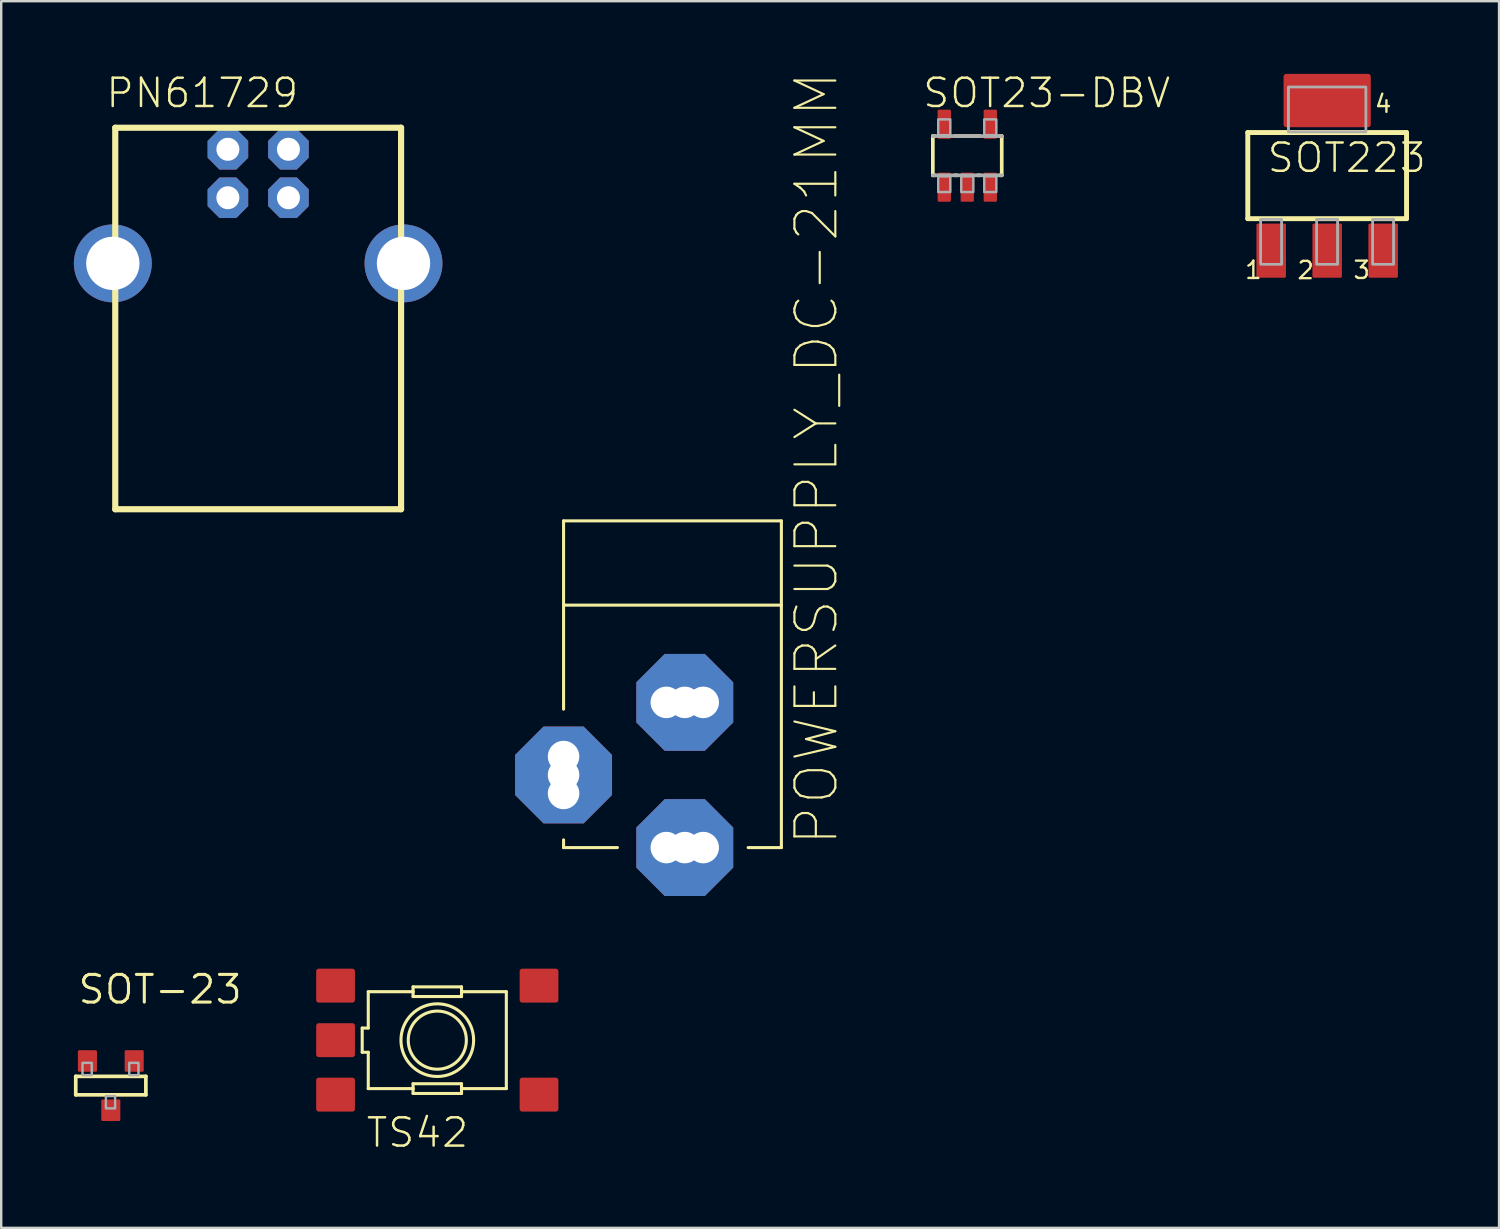
<source format=kicad_pcb>
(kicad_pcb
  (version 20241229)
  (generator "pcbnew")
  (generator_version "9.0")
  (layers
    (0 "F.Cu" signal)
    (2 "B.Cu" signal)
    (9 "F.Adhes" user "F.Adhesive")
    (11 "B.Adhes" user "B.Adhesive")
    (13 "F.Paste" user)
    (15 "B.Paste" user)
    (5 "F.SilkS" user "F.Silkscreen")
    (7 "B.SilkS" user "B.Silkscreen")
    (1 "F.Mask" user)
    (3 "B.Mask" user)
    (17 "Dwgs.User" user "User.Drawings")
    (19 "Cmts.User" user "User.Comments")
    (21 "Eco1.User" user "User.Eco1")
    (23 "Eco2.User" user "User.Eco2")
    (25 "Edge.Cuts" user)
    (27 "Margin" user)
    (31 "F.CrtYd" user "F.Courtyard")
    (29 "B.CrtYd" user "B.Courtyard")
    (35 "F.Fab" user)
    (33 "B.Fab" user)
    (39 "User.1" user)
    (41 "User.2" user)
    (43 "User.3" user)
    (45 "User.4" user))
  (footprint "SOT23-DBV"
    (layer "F.Cu")
    (at 36.883 3.378)
    (property "Reference" "SOT23-DBV" (at -1.905 -1.905 0) (layer "F.SilkS") (effects (font (size 1.168 1.168) (thickness 0.102)) (justify left bottom)))
    (fp_line (start -1.422 -0.81) (end -1.328 -0.81) (stroke (width 0.152) (type solid)) (layer "F.SilkS"))
    (fp_line (start -1.422 0.81) (end -1.422 -0.81) (stroke (width 0.152) (type solid)) (layer "F.SilkS"))
    (fp_line (start -1.328 0.81) (end -1.422 0.81) (stroke (width 0.152) (type solid)) (layer "F.SilkS"))
    (fp_line (start -0.522 -0.81) (end 0.522 -0.81) (stroke (width 0.152) (type solid)) (layer "F.SilkS"))
    (fp_line (start -0.428 0.81) (end -0.522 0.81) (stroke (width 0.152) (type solid)) (layer "F.SilkS"))
    (fp_line (start 0.522 0.81) (end 0.428 0.81) (stroke (width 0.152) (type solid)) (layer "F.SilkS"))
    (fp_line (start 1.328 -0.81) (end 1.422 -0.81) (stroke (width 0.152) (type solid)) (layer "F.SilkS"))
    (fp_line (start 1.422 -0.81) (end 1.422 0.81) (stroke (width 0.152) (type solid)) (layer "F.SilkS"))
    (fp_line (start 1.422 0.81) (end 1.328 0.81) (stroke (width 0.152) (type solid)) (layer "F.SilkS"))
    (fp_line (start -1.422 -0.81) (end 1.422 -0.81) (stroke (width 0.152) (type solid)) (layer "F.Fab"))
    (fp_line (start 1.422 0.81) (end -1.422 0.81) (stroke (width 0.152) (type solid)) (layer "F.Fab"))
    (fp_poly (pts (xy -1.2 -0.85) (xy -0.7 -0.85) (xy -0.7 -1.5) (xy -1.2 -1.5)) (stroke (width 0.1) (type default)) (fill no) (layer "F.Fab"))
    (fp_poly (pts (xy -1.2 1.5) (xy -0.7 1.5) (xy -0.7 0.85) (xy -1.2 0.85)) (stroke (width 0.1) (type default)) (fill no) (layer "F.Fab"))
    (fp_poly (pts (xy -0.25 1.5) (xy 0.25 1.5) (xy 0.25 0.85) (xy -0.25 0.85)) (stroke (width 0.1) (type default)) (fill no) (layer "F.Fab"))
    (fp_poly (pts (xy 0.7 -0.85) (xy 1.2 -0.85) (xy 1.2 -1.5) (xy 0.7 -1.5)) (stroke (width 0.1) (type default)) (fill no) (layer "F.Fab"))
    (fp_poly (pts (xy 0.7 1.5) (xy 1.2 1.5) (xy 1.2 0.85) (xy 0.7 0.85)) (stroke (width 0.1) (type default)) (fill no) (layer "F.Fab"))
    (pad "1" smd roundrect (at -0.95 1.3) (size 0.55 1.2) (layers "F.Cu" "F.Mask" "F.Paste") (roundrect_rratio 0.092))
    (pad "2" smd roundrect (at 0 1.3) (size 0.55 1.2) (layers "F.Cu" "F.Mask" "F.Paste") (roundrect_rratio 0.092))
    (pad "3" smd roundrect (at 0.95 1.3) (size 0.55 1.2) (layers "F.Cu" "F.Mask" "F.Paste") (roundrect_rratio 0.092))
    (pad "4" smd roundrect (at 0.95 -1.3) (size 0.55 1.2) (layers "F.Cu" "F.Mask" "F.Paste") (roundrect_rratio 0.092))
    (pad "5" smd roundrect (at -0.95 -1.3) (size 0.55 1.2) (layers "F.Cu" "F.Mask" "F.Paste") (roundrect_rratio 0.092)))
  (footprint "SOT-23"
    (layer "F.Cu")
    (at 1.499 41.767)
    (property "Reference" "SOT-23" (at -1.397 -3.302 0) (layer "F.SilkS") (effects (font (size 1.143 1.143) (thickness 0.127)) (justify left bottom)))
    (fp_line (start -1.422 -0.381) (end 1.473 -0.381) (stroke (width 0.152) (type solid)) (layer "F.SilkS"))
    (fp_line (start -1.422 0.381) (end -1.422 -0.381) (stroke (width 0.152) (type solid)) (layer "F.SilkS"))
    (fp_line (start 1.473 -0.381) (end 1.473 0.381) (stroke (width 0.152) (type solid)) (layer "F.SilkS"))
    (fp_line (start 1.473 0.381) (end -1.422 0.381) (stroke (width 0.152) (type solid)) (layer "F.SilkS"))
    (fp_poly (pts (xy -1.143 -0.432) (xy -0.762 -0.432) (xy -0.762 -0.94) (xy -1.143 -0.94)) (stroke (width 0.1) (type default)) (fill no) (layer "F.Fab"))
    (fp_poly (pts (xy -0.178 0.94) (xy 0.203 0.94) (xy 0.203 0.432) (xy -0.178 0.432)) (stroke (width 0.1) (type default)) (fill no) (layer "F.Fab"))
    (fp_poly (pts (xy 0.787 -0.432) (xy 1.168 -0.432) (xy 1.168 -0.94) (xy 0.787 -0.94)) (stroke (width 0.1) (type default)) (fill no) (layer "F.Fab"))
    (pad "1" smd roundrect (at 0.025 1.016) (size 0.787 0.889) (layers "F.Cu" "F.Mask" "F.Paste") (roundrect_rratio 0.065))
    (pad "2" smd roundrect (at -0.94 -1.016) (size 0.787 0.889) (layers "F.Cu" "F.Mask" "F.Paste") (roundrect_rratio 0.065))
    (pad "3" smd roundrect (at 0.991 -1.016) (size 0.787 0.889) (layers "F.Cu" "F.Mask" "F.Paste") (roundrect_rratio 0.065)))
  (footprint "SOT223"
    (layer "F.Cu")
    (at 51.74 4.199)
    (property "Reference" "SOT223" (at -2.54 -0.051 0) (layer "F.SilkS") (effects (font (size 1.168 1.168) (thickness 0.102)) (justify left bottom)))
    (fp_line (start -3.277 -1.778) (end 3.277 -1.778) (stroke (width 0.203) (type solid)) (layer "F.SilkS"))
    (fp_line (start -3.277 1.778) (end -3.277 -1.778) (stroke (width 0.203) (type solid)) (layer "F.SilkS"))
    (fp_line (start 3.277 -1.778) (end 3.277 1.778) (stroke (width 0.203) (type solid)) (layer "F.SilkS"))
    (fp_line (start 3.277 1.778) (end -3.277 1.778) (stroke (width 0.203) (type solid)) (layer "F.SilkS"))
    (fp_poly (pts (xy -2.743 3.658) (xy -1.88 3.658) (xy -1.88 1.803) (xy -2.743 1.803)) (stroke (width 0.1) (type default)) (fill no) (layer "F.Fab"))
    (fp_poly (pts (xy -2.743 3.658) (xy -1.88 3.658) (xy -1.88 1.803) (xy -2.743 1.803)) (stroke (width 0.1) (type default)) (fill no) (layer "F.Fab"))
    (fp_poly (pts (xy -1.6 -1.803) (xy 1.6 -1.803) (xy 1.6 -3.658) (xy -1.6 -3.658)) (stroke (width 0.1) (type default)) (fill no) (layer "F.Fab"))
    (fp_poly (pts (xy -1.6 -1.803) (xy 1.6 -1.803) (xy 1.6 -3.658) (xy -1.6 -3.658)) (stroke (width 0.1) (type default)) (fill no) (layer "F.Fab"))
    (fp_poly (pts (xy -0.432 3.658) (xy 0.432 3.658) (xy 0.432 1.803) (xy -0.432 1.803)) (stroke (width 0.1) (type default)) (fill no) (layer "F.Fab"))
    (fp_poly (pts (xy -0.432 3.658) (xy 0.432 3.658) (xy 0.432 1.803) (xy -0.432 1.803)) (stroke (width 0.1) (type default)) (fill no) (layer "F.Fab"))
    (fp_poly (pts (xy 1.88 3.658) (xy 2.743 3.658) (xy 2.743 1.803) (xy 1.88 1.803)) (stroke (width 0.1) (type default)) (fill no) (layer "F.Fab"))
    (fp_poly (pts (xy 1.88 3.658) (xy 2.743 3.658) (xy 2.743 1.803) (xy 1.88 1.803)) (stroke (width 0.1) (type default)) (fill no) (layer "F.Fab"))
    (fp_text user "1" (at -3.453 4.318 0) (layer "F.SilkS") (effects (font (size 0.715 0.715) (thickness 0.098)) (justify left bottom)))
    (fp_text user "4" (at 1.905 -2.54 0) (layer "F.SilkS") (effects (font (size 0.715 0.715) (thickness 0.098)) (justify left bottom)))
    (fp_text user "2" (at -1.291 4.327 0) (layer "F.SilkS") (effects (font (size 0.715 0.715) (thickness 0.098)) (justify left bottom)))
    (fp_text user "3" (at 1.021 4.318 0) (layer "F.SilkS") (effects (font (size 0.715 0.715) (thickness 0.098)) (justify left bottom)))
    (pad "1" smd roundrect (at -2.311 3.099) (size 1.219 2.235) (layers "F.Cu" "F.Mask" "F.Paste") (roundrect_rratio 0.05))
    (pad "2" smd roundrect (at 0 3.099) (size 1.219 2.235) (layers "F.Cu" "F.Mask" "F.Paste") (roundrect_rratio 0.05))
    (pad "3" smd roundrect (at 2.311 3.099) (size 1.219 2.235) (layers "F.Cu" "F.Mask" "F.Paste") (roundrect_rratio 0.05))
    (pad "4" smd roundrect (at 0 -3.099) (size 3.6 2.2) (layers "F.Cu" "F.Mask" "F.Paste") (roundrect_rratio 0.05)))
  (footprint "TS42"
    (layer "F.Cu")
    (at 15.003 39.891)
    (property "Reference" "TS42" (at -3 4.5 0) (layer "F.SilkS") (effects (font (size 1.168 1.168) (thickness 0.102)) (justify left bottom)))
    (fp_line (start -3.1 -0.5) (end -3.1 0.5) (stroke (width 0.127) (type solid)) (layer "F.SilkS"))
    (fp_line (start -3.1 0.5) (end -2.85 0.5) (stroke (width 0.127) (type solid)) (layer "F.SilkS"))
    (fp_line (start -2.85 -2) (end -2.85 -0.5) (stroke (width 0.127) (type solid)) (layer "F.SilkS"))
    (fp_line (start -2.85 -2) (end -1 -2) (stroke (width 0.127) (type solid)) (layer "F.SilkS"))
    (fp_line (start -2.85 -0.5) (end -3.1 -0.5) (stroke (width 0.127) (type solid)) (layer "F.SilkS"))
    (fp_line (start -2.85 0.5) (end -2.85 2) (stroke (width 0.127) (type solid)) (layer "F.SilkS"))
    (fp_line (start -1 -2.2) (end -1 -2) (stroke (width 0.127) (type solid)) (layer "F.SilkS"))
    (fp_line (start -1 -2) (end -1 -1.8) (stroke (width 0.127) (type solid)) (layer "F.SilkS"))
    (fp_line (start -1 -1.8) (end 1 -1.8) (stroke (width 0.127) (type solid)) (layer "F.SilkS"))
    (fp_line (start -1 1.8) (end -1 2) (stroke (width 0.127) (type solid)) (layer "F.SilkS"))
    (fp_line (start -1 2) (end -2.85 2) (stroke (width 0.127) (type solid)) (layer "F.SilkS"))
    (fp_line (start -1 2) (end -1 2.2) (stroke (width 0.127) (type solid)) (layer "F.SilkS"))
    (fp_line (start -1 2.2) (end 1 2.2) (stroke (width 0.127) (type solid)) (layer "F.SilkS"))
    (fp_line (start 1 -2.2) (end -1 -2.2) (stroke (width 0.127) (type solid)) (layer "F.SilkS"))
    (fp_line (start 1 -2) (end 1 -2.2) (stroke (width 0.127) (type solid)) (layer "F.SilkS"))
    (fp_line (start 1 -2) (end 2.85 -2) (stroke (width 0.127) (type solid)) (layer "F.SilkS"))
    (fp_line (start 1 -1.8) (end 1 -2) (stroke (width 0.127) (type solid)) (layer "F.SilkS"))
    (fp_line (start 1 1.8) (end -1 1.8) (stroke (width 0.127) (type solid)) (layer "F.SilkS"))
    (fp_line (start 1 2) (end 1 1.8) (stroke (width 0.127) (type solid)) (layer "F.SilkS"))
    (fp_line (start 1 2) (end 2.85 2) (stroke (width 0.127) (type solid)) (layer "F.SilkS"))
    (fp_line (start 1 2.2) (end 1 2) (stroke (width 0.127) (type solid)) (layer "F.SilkS"))
    (fp_line (start 2.85 2) (end 2.85 -2) (stroke (width 0.127) (type solid)) (layer "F.SilkS"))
    (fp_circle (center 0 0) (end 1.2 0) (stroke (width 0.127) (type solid)) (fill no) (layer "F.SilkS"))
    (fp_circle (center 0 0) (end 1.5 0) (stroke (width 0.127) (type solid)) (fill no) (layer "F.SilkS"))
    (fp_poly (pts (xy -4.699 0.381) (xy -3.81 0.381) (xy -3.81 -0.381) (xy -4.699 -0.381)) (stroke (width 0) (type default)) (fill yes) (layer "F.Paste"))
    (pad "1" smd roundrect (at -4.2 -2.25) (size 1.6 1.4) (layers "F.Cu" "F.Mask" "F.Paste") (roundrect_rratio 0.075))
    (pad "2" smd roundrect (at 4.2 -2.25) (size 1.6 1.4) (layers "F.Cu" "F.Mask" "F.Paste") (roundrect_rratio 0.075))
    (pad "3" smd roundrect (at -4.2 2.25) (size 1.6 1.4) (layers "F.Cu" "F.Mask" "F.Paste") (roundrect_rratio 0.075))
    (pad "4" smd roundrect (at 4.2 2.25) (size 1.6 1.4) (layers "F.Cu" "F.Mask" "F.Paste") (roundrect_rratio 0.075))
    (pad "5" smd roundrect (at -4.2 0) (size 1.6 1.4) (layers "F.Cu" "F.Mask") (roundrect_rratio 0.075)))
  (footprint "POWERSUPPLY_DC-21MM"
    (layer "F.Cu")
    (at 25.296 25.591)
    (property "Reference" "POWERSUPPLY_DC-21MM" (at 6.35 6.35 90) (layer "F.SilkS") (effects (font (size 1.689 1.689) (thickness 0.089)) (justify left bottom)))
    (fp_line (start -5.08 -7.137) (end -5.08 0.635) (stroke (width 0.127) (type solid)) (layer "F.SilkS"))
    (fp_line (start -5.08 6.35) (end -5.08 6.032) (stroke (width 0.127) (type solid)) (layer "F.SilkS"))
    (fp_line (start -5.055 -3.658) (end 3.912 -3.658) (stroke (width 0.127) (type solid)) (layer "F.SilkS"))
    (fp_line (start -2.857 6.35) (end -5.08 6.35) (stroke (width 0.127) (type solid)) (layer "F.SilkS"))
    (fp_line (start 2.54 6.35) (end 3.912 6.35) (stroke (width 0.127) (type solid)) (layer "F.SilkS"))
    (fp_line (start 3.912 -7.137) (end -5.08 -7.137) (stroke (width 0.127) (type solid)) (layer "F.SilkS"))
    (fp_line (start 3.912 -3.658) (end 3.912 -7.137) (stroke (width 0.127) (type solid)) (layer "F.SilkS"))
    (fp_line (start 3.912 6.35) (end 3.912 -3.658) (stroke (width 0.127) (type solid)) (layer "F.SilkS"))
    (pad "1" thru_hole roundrect (at -5.08 3.353 90) (size 4 4) (drill 1.3) (layers "*.Cu" "*.Mask") (roundrect_rratio 0.25) (chamfer_ratio 0.293) (chamfer top_left top_right bottom_left bottom_right))
    (pad "2" thru_hole roundrect (at -0.076 6.35) (size 4 4) (drill 1.3) (layers "*.Cu" "*.Mask") (roundrect_rratio 0.25) (chamfer_ratio 0.293) (chamfer top_left top_right bottom_left bottom_right))
    (pad "3" thru_hole roundrect (at -0.076 0.356) (size 4 4) (drill 1.3) (layers "*.Cu" "*.Mask") (roundrect_rratio 0.25) (chamfer_ratio 0.293) (chamfer top_left top_right bottom_left bottom_right))
    (pad "4" thru_hole circle (at -5.08 4.115) (size 1.95 1.95) (drill 1.3) (layers "*.Cu" "*.Mask"))
    (pad "5" thru_hole circle (at -5.08 2.591) (size 1.95 1.95) (drill 1.3) (layers "*.Cu" "*.Mask"))
    (pad "6" thru_hole circle (at -0.838 0.356) (size 1.95 1.95) (drill 1.3) (layers "*.Cu" "*.Mask"))
    (pad "7" thru_hole circle (at 0.686 0.356) (size 1.95 1.95) (drill 1.3) (layers "*.Cu" "*.Mask"))
    (pad "8" thru_hole circle (at -0.838 6.35) (size 1.95 1.95) (drill 1.3) (layers "*.Cu" "*.Mask"))
    (pad "9" thru_hole circle (at 0.686 6.35) (size 1.95 1.95) (drill 1.3) (layers "*.Cu" "*.Mask")))
  (footprint "PN61729"
    (layer "F.Cu")
    (at 7.608 7.823)
    (property "Reference" "PN61729" (at -6.35 -6.35 0) (layer "F.SilkS") (effects (font (size 1.168 1.168) (thickness 0.102)) (justify left bottom)))
    (fp_line (start -5.9 -5.6) (end -5.9 10.15) (stroke (width 0.254) (type solid)) (layer "F.SilkS"))
    (fp_line (start -5.9 10.15) (end 5.9 10.15) (stroke (width 0.254) (type solid)) (layer "F.SilkS"))
    (fp_line (start 5.9 -5.6) (end -5.9 -5.6) (stroke (width 0.254) (type solid)) (layer "F.SilkS"))
    (fp_line (start 5.9 10.15) (end 5.9 -5.6) (stroke (width 0.254) (type solid)) (layer "F.SilkS"))
    (pad "1" thru_hole roundrect (at 1.25 -4.71) (size 1.676 1.676) (drill 0.95) (layers "*.Cu" "*.Mask") (roundrect_rratio 0.25) (chamfer_ratio 0.293) (chamfer top_left top_right bottom_left bottom_right))
    (pad "2" thru_hole roundrect (at -1.25 -4.71) (size 1.676 1.676) (drill 0.95) (layers "*.Cu" "*.Mask") (roundrect_rratio 0.25) (chamfer_ratio 0.293) (chamfer top_left top_right bottom_left bottom_right))
    (pad "3" thru_hole roundrect (at -1.25 -2.71) (size 1.676 1.676) (drill 0.95) (layers "*.Cu" "*.Mask") (roundrect_rratio 0.25) (chamfer_ratio 0.293) (chamfer top_left top_right bottom_left bottom_right))
    (pad "4" thru_hole roundrect (at 1.25 -2.71) (size 1.676 1.676) (drill 0.95) (layers "*.Cu" "*.Mask") (roundrect_rratio 0.25) (chamfer_ratio 0.293) (chamfer top_left top_right bottom_left bottom_right))
    (pad "P$1" thru_hole circle (at -6 0) (size 3.216 3.216) (drill 2.2) (layers "*.Cu" "*.Mask"))
    (pad "P$2" thru_hole circle (at 6 0) (size 3.216 3.216) (drill 2.2) (layers "*.Cu" "*.Mask")))
  (gr_rect
    (start -3 -3)
    (end 58.836 47.642)
    (stroke (width 0.1) (type default))
    (fill no)
    (layer "Edge.Cuts")))
</source>
